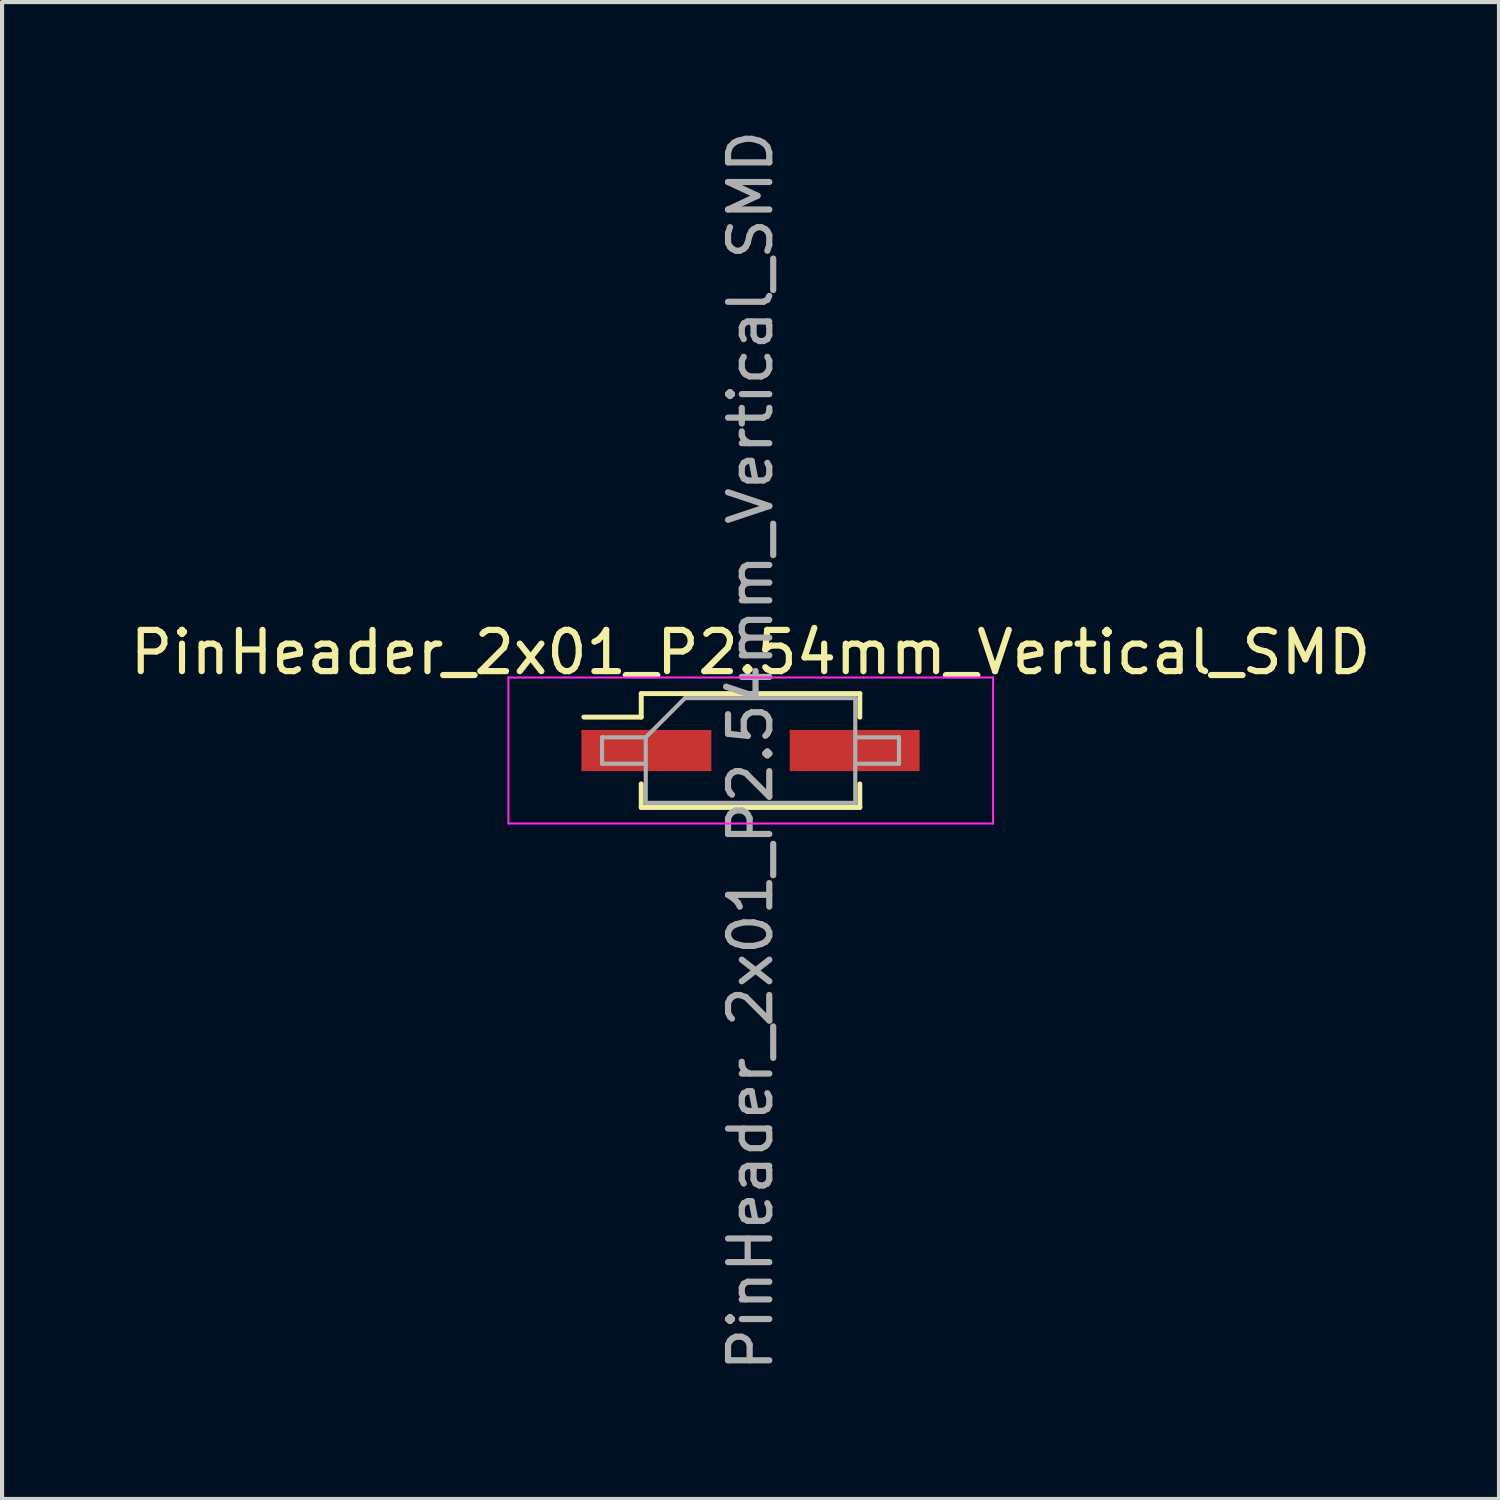
<source format=kicad_pcb>
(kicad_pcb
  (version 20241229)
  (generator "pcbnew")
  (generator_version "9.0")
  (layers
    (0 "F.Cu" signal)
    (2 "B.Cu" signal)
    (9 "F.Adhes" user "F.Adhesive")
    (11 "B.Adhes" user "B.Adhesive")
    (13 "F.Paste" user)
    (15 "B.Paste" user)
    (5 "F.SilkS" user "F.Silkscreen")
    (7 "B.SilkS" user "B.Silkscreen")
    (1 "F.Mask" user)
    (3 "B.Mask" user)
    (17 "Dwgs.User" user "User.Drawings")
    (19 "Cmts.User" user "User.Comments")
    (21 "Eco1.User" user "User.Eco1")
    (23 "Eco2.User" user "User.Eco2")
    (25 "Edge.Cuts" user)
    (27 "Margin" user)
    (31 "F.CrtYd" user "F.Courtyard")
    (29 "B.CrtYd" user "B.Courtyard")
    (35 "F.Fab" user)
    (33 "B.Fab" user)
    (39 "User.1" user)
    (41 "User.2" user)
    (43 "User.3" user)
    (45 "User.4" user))
  (footprint "PinHeader_2x01_P2.54mm_Vertical_SMD"
    (layer "F.Cu")
    (at 15.149 15.149)
    (property "Reference" "PinHeader_2x01_P2.54mm_Vertical_SMD" (at 0 -2.38 0) (layer "F.SilkS") (effects (font (size 1 1) (thickness 0.15))))
    (attr smd)
    (fp_line (start -4.04 -0.81) (end -2.65 -0.81) (stroke (width 0.12) (type solid)) (layer "F.SilkS"))
    (fp_line (start -2.65 -1.38) (end -2.65 -0.81) (stroke (width 0.12) (type solid)) (layer "F.SilkS"))
    (fp_line (start -2.65 -1.38) (end 2.65 -1.38) (stroke (width 0.12) (type solid)) (layer "F.SilkS"))
    (fp_line (start -2.65 0.81) (end -2.65 1.38) (stroke (width 0.12) (type solid)) (layer "F.SilkS"))
    (fp_line (start -2.65 1.38) (end 2.65 1.38) (stroke (width 0.12) (type solid)) (layer "F.SilkS"))
    (fp_line (start 2.65 -1.38) (end 2.65 -0.81) (stroke (width 0.12) (type solid)) (layer "F.SilkS"))
    (fp_line (start 2.65 0.81) (end 2.65 1.38) (stroke (width 0.12) (type solid)) (layer "F.SilkS"))
    (fp_line (start -5.87 -1.77) (end -5.87 1.77) (stroke (width 0.05) (type solid)) (layer "F.CrtYd"))
    (fp_line (start -5.87 1.77) (end 5.88 1.77) (stroke (width 0.05) (type solid)) (layer "F.CrtYd"))
    (fp_line (start 5.88 -1.77) (end -5.87 -1.77) (stroke (width 0.05) (type solid)) (layer "F.CrtYd"))
    (fp_line (start 5.88 1.77) (end 5.88 -1.77) (stroke (width 0.05) (type solid)) (layer "F.CrtYd"))
    (fp_line (start -3.6 -0.32) (end -3.6 0.32) (stroke (width 0.1) (type solid)) (layer "F.Fab"))
    (fp_line (start -3.6 0.32) (end -2.54 0.32) (stroke (width 0.1) (type solid)) (layer "F.Fab"))
    (fp_line (start -2.54 -0.32) (end -3.6 -0.32) (stroke (width 0.1) (type solid)) (layer "F.Fab"))
    (fp_line (start -2.54 -0.32) (end -1.59 -1.27) (stroke (width 0.1) (type solid)) (layer "F.Fab"))
    (fp_line (start -2.54 1.27) (end -2.54 -0.32) (stroke (width 0.1) (type solid)) (layer "F.Fab"))
    (fp_line (start -1.59 -1.27) (end 2.54 -1.27) (stroke (width 0.1) (type solid)) (layer "F.Fab"))
    (fp_line (start 2.54 -1.27) (end 2.54 1.27) (stroke (width 0.1) (type solid)) (layer "F.Fab"))
    (fp_line (start 2.54 -0.32) (end 3.6 -0.32) (stroke (width 0.1) (type solid)) (layer "F.Fab"))
    (fp_line (start 2.54 1.27) (end -2.54 1.27) (stroke (width 0.1) (type solid)) (layer "F.Fab"))
    (fp_line (start 3.6 -0.32) (end 3.6 0.32) (stroke (width 0.1) (type solid)) (layer "F.Fab"))
    (fp_line (start 3.6 0.32) (end 2.54 0.32) (stroke (width 0.1) (type solid)) (layer "F.Fab"))
    (fp_text user "${REFERENCE}" (at 0 0 90) (layer "F.Fab") (effects (font (size 1 1) (thickness 0.15))))
    (pad "1" smd rect (at -2.525 0) (size 3.15 1) (layers "F.Cu" "F.Mask" "F.Paste"))
    (pad "2" smd rect (at 2.525 0) (size 3.15 1) (layers "F.Cu" "F.Mask" "F.Paste")))
  (gr_rect
    (start -3 -3)
    (end 33.298 33.298)
    (stroke (width 0.1) (type default))
    (fill no)
    (layer "Edge.Cuts")))
</source>
